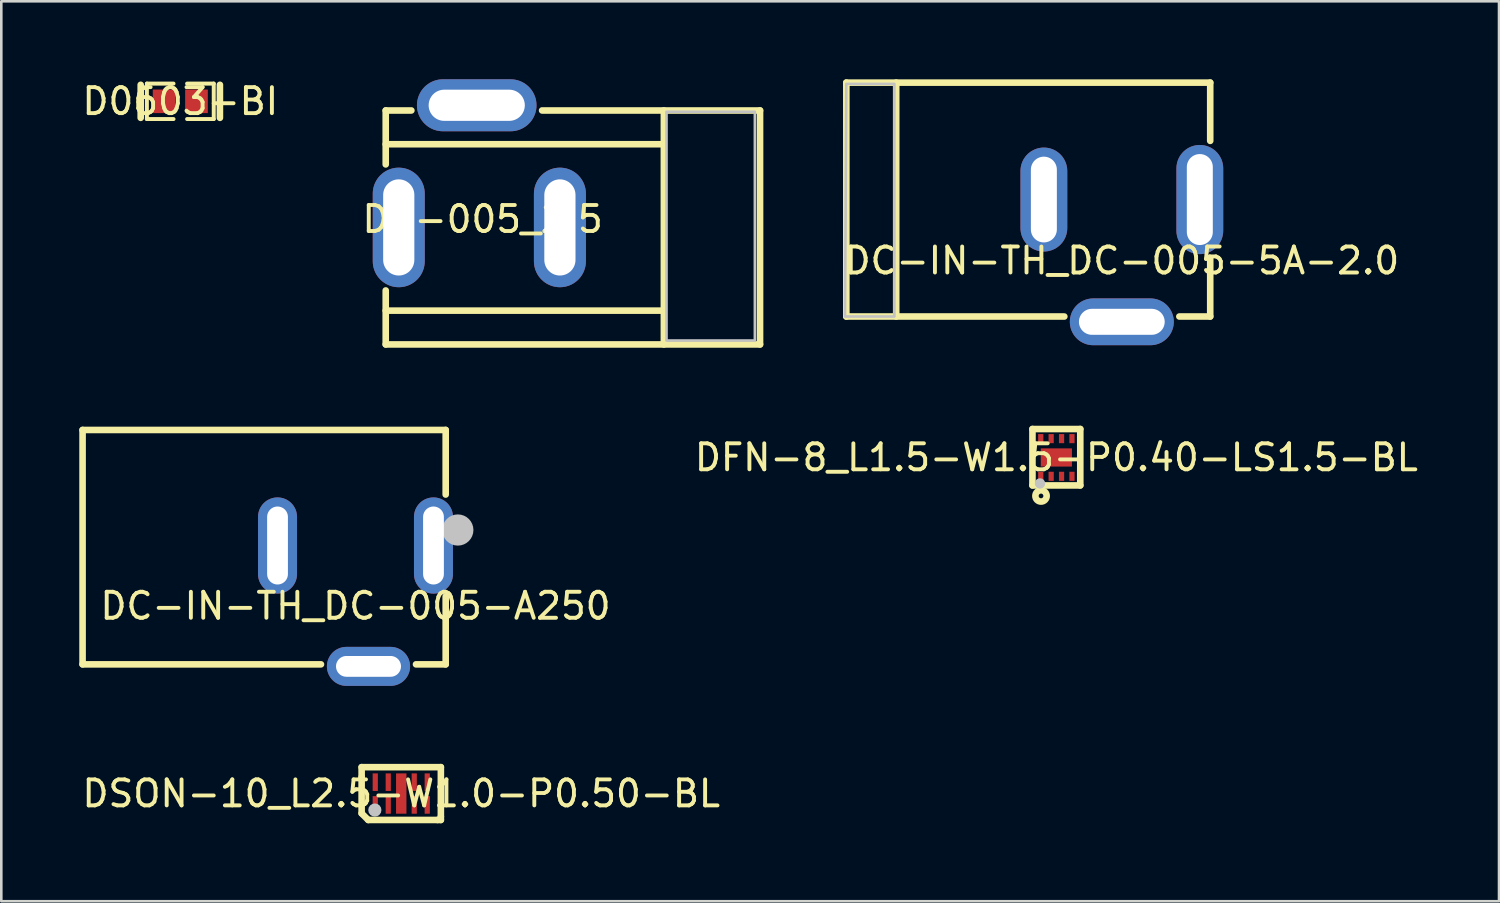
<source format=kicad_pcb>
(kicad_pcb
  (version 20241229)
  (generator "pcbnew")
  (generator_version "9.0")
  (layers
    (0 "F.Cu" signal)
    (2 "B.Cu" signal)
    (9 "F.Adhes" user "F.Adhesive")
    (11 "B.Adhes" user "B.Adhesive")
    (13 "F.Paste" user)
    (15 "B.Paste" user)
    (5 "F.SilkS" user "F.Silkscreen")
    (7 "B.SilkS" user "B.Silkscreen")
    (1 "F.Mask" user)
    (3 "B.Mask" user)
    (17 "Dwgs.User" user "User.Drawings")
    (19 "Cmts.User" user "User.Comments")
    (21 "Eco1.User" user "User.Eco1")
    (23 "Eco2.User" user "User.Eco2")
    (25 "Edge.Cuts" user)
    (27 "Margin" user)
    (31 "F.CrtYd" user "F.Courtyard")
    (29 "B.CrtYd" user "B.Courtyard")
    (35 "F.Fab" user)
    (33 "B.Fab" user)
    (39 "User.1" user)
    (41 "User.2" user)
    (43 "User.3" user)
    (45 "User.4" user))
  (footprint "DFN-8_L1.5-W1.5-P0.40-LS1.5-BL"
    (layer "F.Cu")
    (at 37.591 14.55)
    (property "Reference" "DFN-8_L1.5-W1.5-P0.40-LS1.5-BL" (at 0 0 0) (layer "F.SilkS") (effects (font (size 1 1) (thickness 0.15))))
    (fp_line (start -0.92 -1.095) (end 0.92 -1.095) (stroke (width 0.254) (type default)) (layer "F.SilkS"))
    (fp_line (start -0.92 1.075) (end -0.92 -1.095) (stroke (width 0.254) (type default)) (layer "F.SilkS"))
    (fp_line (start 0.92 -1.095) (end 0.92 1.075) (stroke (width 0.254) (type default)) (layer "F.SilkS"))
    (fp_line (start 0.92 1.075) (end -0.92 1.075) (stroke (width 0.254) (type default)) (layer "F.SilkS"))
    (fp_circle (center -0.59 1.48) (end -0.5 1.48) (stroke (width 0.254) (type default)) (fill no) (layer "F.SilkS"))
    (fp_circle (center -0.63 1) (end -0.53 1) (stroke (width 0.2) (type default)) (fill no) (layer "Dwgs.User"))
    (fp_poly (pts (xy -0.512 -0.75) (xy -0.512 -0.575) (xy -0.688 -0.575) (xy -0.688 -0.75)) (stroke (width 0.1) (type default)) (fill no) (layer "User.1"))
    (fp_poly (pts (xy -0.512 0.575) (xy -0.512 0.75) (xy -0.688 0.75) (xy -0.688 0.575)) (stroke (width 0.1) (type default)) (fill no) (layer "User.1"))
    (fp_poly (pts (xy -0.113 -0.75) (xy -0.113 -0.575) (xy -0.287 -0.575) (xy -0.287 -0.75)) (stroke (width 0.1) (type default)) (fill no) (layer "User.1"))
    (fp_poly (pts (xy -0.113 0.575) (xy -0.113 0.75) (xy -0.287 0.75) (xy -0.287 0.575)) (stroke (width 0.1) (type default)) (fill no) (layer "User.1"))
    (fp_poly (pts (xy 0.287 -0.75) (xy 0.287 -0.575) (xy 0.113 -0.575) (xy 0.113 -0.75)) (stroke (width 0.1) (type default)) (fill no) (layer "User.1"))
    (fp_poly (pts (xy 0.287 0.575) (xy 0.287 0.75) (xy 0.113 0.75) (xy 0.113 0.575)) (stroke (width 0.1) (type default)) (fill no) (layer "User.1"))
    (fp_poly (pts (xy 0.6 -0.35) (xy 0.6 0.35) (xy -0.6 0.35) (xy -0.6 -0.35)) (stroke (width 0.1) (type default)) (fill no) (layer "User.1"))
    (fp_poly (pts (xy 0.688 -0.75) (xy 0.688 -0.575) (xy 0.512 -0.575) (xy 0.512 -0.75)) (stroke (width 0.1) (type default)) (fill no) (layer "User.1"))
    (fp_poly (pts (xy 0.688 0.575) (xy 0.688 0.75) (xy 0.512 0.75) (xy 0.512 0.575)) (stroke (width 0.1) (type default)) (fill no) (layer "User.1"))
    (fp_line (start -0.75 -0.75) (end 0.75 -0.75) (stroke (width 0.051) (type default)) (layer "User.2"))
    (fp_line (start -0.75 0.75) (end -0.75 -0.75) (stroke (width 0.051) (type default)) (layer "User.2"))
    (fp_line (start 0.75 -0.75) (end 0.75 0.75) (stroke (width 0.051) (type default)) (layer "User.2"))
    (fp_line (start 0.75 0.75) (end -0.75 0.75) (stroke (width 0.051) (type default)) (layer "User.2"))
    (fp_poly (pts (xy -0.69 0.75) (xy -0.708 0.708) (xy -0.75 0.69) (xy -0.792 0.708) (xy -0.81 0.75) (xy -0.792 0.792) (xy -0.75 0.81) (xy -0.708 0.792)) (stroke (width 0.1) (type default)) (fill no) (layer "User.3"))
    (pad "1" smd rect (at -0.6 0.725 90) (size 0.35 0.2) (layers "F.Cu" "F.Mask" "F.Paste"))
    (pad "2" smd rect (at -0.2 0.725 90) (size 0.35 0.2) (layers "F.Cu" "F.Mask" "F.Paste"))
    (pad "3" smd rect (at 0.2 0.725 90) (size 0.35 0.2) (layers "F.Cu" "F.Mask" "F.Paste"))
    (pad "4" smd rect (at 0.6 0.725 90) (size 0.35 0.2) (layers "F.Cu" "F.Mask" "F.Paste"))
    (pad "5" smd rect (at 0.6 -0.725 90) (size 0.35 0.2) (layers "F.Cu" "F.Mask" "F.Paste"))
    (pad "6" smd rect (at 0.2 -0.725 90) (size 0.35 0.2) (layers "F.Cu" "F.Mask" "F.Paste"))
    (pad "7" smd rect (at -0.2 -0.725 90) (size 0.35 0.2) (layers "F.Cu" "F.Mask" "F.Paste"))
    (pad "8" smd rect (at -0.6 -0.725 90) (size 0.35 0.2) (layers "F.Cu" "F.Mask" "F.Paste"))
    (pad "9" smd rect (at 0 0 90) (size 0.7 1.2) (layers "F.Cu" "F.Mask" "F.Paste")))
  (footprint "DC-IN-TH_DC-005-5A-2.0"
    (layer "F.Cu")
    (at 40.11 6.979)
    (property "Reference" "DC-IN-TH_DC-005-5A-2.0" (at 0 0 0) (layer "F.SilkS") (effects (font (size 1 1) (thickness 0.15))))
    (fp_line (start -10.6 -6.851) (end -10.6 2.148) (stroke (width 0.254) (type default)) (layer "F.SilkS"))
    (fp_line (start -10.6 2.148) (end -2.213 2.148) (stroke (width 0.254) (type default)) (layer "F.SilkS"))
    (fp_line (start -8.681 -6.851) (end -8.681 2.148) (stroke (width 0.254) (type default)) (layer "F.SilkS"))
    (fp_line (start 2.212 2.148) (end 3.4 2.148) (stroke (width 0.254) (type default)) (layer "F.SilkS"))
    (fp_line (start 3.4 -6.851) (end -10.6 -6.851) (stroke (width 0.254) (type default)) (layer "F.SilkS"))
    (fp_line (start 3.4 -4.609) (end 3.4 -6.851) (stroke (width 0.254) (type default)) (layer "F.SilkS"))
    (fp_line (start 3.4 2.148) (end 3.4 -0.094) (stroke (width 0.254) (type default)) (layer "F.SilkS"))
    (fp_poly (pts (xy -10.6 -6.801) (xy -8.75 -6.801) (xy -8.75 2.148) (xy -10.65 2.148)) (stroke (width 0.1) (type default)) (fill no) (layer "Dwgs.User"))
    (fp_poly (pts (xy -3.15 -1.101) (xy -3.15 -3.602) (xy -2.85 -3.602) (xy -2.85 -1.101)) (stroke (width 0.1) (type default)) (fill no) (layer "User.1"))
    (fp_poly (pts (xy -1.25 2.201) (xy 1.25 2.201) (xy 1.25 2.502) (xy -1.25 2.502)) (stroke (width 0.1) (type default)) (fill no) (layer "User.1"))
    (fp_poly (pts (xy -1.25 2.498) (xy 1.25 2.498) (xy 1.25 2.099) (xy -1.25 2.099)) (stroke (width 0.1) (type default)) (fill no) (layer "User.1"))
    (fp_poly (pts (xy 3.15 -3.602) (xy 3.15 -1.101) (xy 2.85 -1.101) (xy 2.85 -3.602)) (stroke (width 0.1) (type default)) (fill no) (layer "User.1"))
    (fp_line (start -10.6 -6.851) (end 3.4 -6.851) (stroke (width 0.051) (type default)) (layer "User.2"))
    (fp_line (start -10.6 2.148) (end -10.6 -6.851) (stroke (width 0.051) (type default)) (layer "User.2"))
    (fp_line (start 3.4 -6.851) (end 3.404 2.148) (stroke (width 0.051) (type default)) (layer "User.2"))
    (fp_line (start 3.404 2.148) (end -10.6 2.148) (stroke (width 0.051) (type default)) (layer "User.2"))
    (fp_poly (pts (xy 3.463 -6.851) (xy 3.446 -6.894) (xy 3.404 -6.912) (xy 3.361 -6.894) (xy 3.344 -6.851) (xy 3.361 -6.809) (xy 3.404 -6.792) (xy 3.446 -6.809)) (stroke (width 0.1) (type default)) (fill no) (layer "User.3"))
    (pad "1" thru_hole oval (at 3 -2.352 90) (size 4.2 1.8) (drill oval 3.5 1) (layers "*.Cu" "*.Mask"))
    (pad "2" thru_hole oval (at -3 -2.352 270) (size 4 1.8) (drill oval 3.3 1) (layers "*.Cu" "*.Mask"))
    (pad "3" thru_hole oval (at -0.001 2.352) (size 4 1.8) (drill oval 3.3 1) (layers "*.Cu" "*.Mask")))
  (footprint "DC-005_2.5"
    (layer "F.Cu")
    (at 15.518 5.382)
    (property "Reference" "DC-005_2.5" (at 0 0 0) (layer "F.SilkS") (effects (font (size 1 1) (thickness 0.15))))
    (fp_line (start -3.728 -2.107) (end -3.728 -4.182) (stroke (width 0.254) (type default)) (layer "F.SilkS"))
    (fp_line (start -3.728 4.819) (end -3.728 2.743) (stroke (width 0.254) (type default)) (layer "F.SilkS"))
    (fp_line (start -2.742 -4.182) (end -3.728 -4.182) (stroke (width 0.254) (type default)) (layer "F.SilkS"))
    (fp_line (start 6.893 -2.882) (end -3.728 -2.882) (stroke (width 0.254) (type default)) (layer "F.SilkS"))
    (fp_line (start 6.893 3.518) (end -3.728 3.518) (stroke (width 0.254) (type default)) (layer "F.SilkS"))
    (fp_line (start 6.973 -4.181) (end 6.973 4.819) (stroke (width 0.254) (type default)) (layer "F.SilkS"))
    (fp_line (start 10.673 -4.182) (end 2.288 -4.182) (stroke (width 0.254) (type default)) (layer "F.SilkS"))
    (fp_line (start 10.673 -4.182) (end 10.673 4.819) (stroke (width 0.254) (type default)) (layer "F.SilkS"))
    (fp_line (start 10.673 4.819) (end -3.728 4.819) (stroke (width 0.254) (type default)) (layer "F.SilkS"))
    (fp_poly (pts (xy 10.473 4.668) (xy 7.073 4.668) (xy 7.073 -4.132) (xy 10.473 -4.132)) (stroke (width 0.1) (type default)) (fill no) (layer "Dwgs.User"))
    (fp_poly (pts (xy -3.027 1.568) (xy -3.427 1.568) (xy -3.427 -0.932) (xy -3.027 -0.932)) (stroke (width 0.1) (type default)) (fill no) (layer "User.1"))
    (fp_poly (pts (xy 1.023 -4.582) (xy -1.477 -4.582) (xy -1.477 -4.122) (xy 1.023 -4.122)) (stroke (width 0.1) (type default)) (fill no) (layer "User.1"))
    (fp_poly (pts (xy 1.023 -4.182) (xy -1.477 -4.182) (xy -1.477 -4.582) (xy 1.023 -4.582)) (stroke (width 0.1) (type default)) (fill no) (layer "User.1"))
    (fp_poly (pts (xy 2.773 -0.932) (xy 3.173 -0.932) (xy 3.173 1.568) (xy 2.773 1.568)) (stroke (width 0.1) (type default)) (fill no) (layer "User.1"))
    (fp_line (start -3.677 -4.182) (end 10.523 -4.182) (stroke (width 0.051) (type default)) (layer "User.2"))
    (fp_line (start -3.677 4.818) (end -3.677 -4.182) (stroke (width 0.051) (type default)) (layer "User.2"))
    (fp_line (start 10.523 -4.182) (end 10.523 4.818) (stroke (width 0.051) (type default)) (layer "User.2"))
    (fp_line (start 10.523 4.818) (end -3.677 4.818) (stroke (width 0.051) (type default)) (layer "User.2"))
    (fp_poly (pts (xy -3.617 4.818) (xy -3.635 4.776) (xy -3.677 4.758) (xy -3.719 4.776) (xy -3.737 4.818) (xy -3.719 4.86) (xy -3.677 4.878) (xy -3.635 4.86)) (stroke (width 0.1) (type default)) (fill no) (layer "User.3"))
    (pad "1" thru_hole oval (at -3.227 0.318 180) (size 2 4.6) (drill oval 1.2 3.7) (layers "*.Cu" "*.Mask"))
    (pad "2" thru_hole oval (at 2.973 0.318) (size 2 4.6) (drill oval 1.2 3.7) (layers "*.Cu" "*.Mask"))
    (pad "3" thru_hole oval (at -0.227 -4.382 180) (size 4.6 2) (drill oval 3.7 1.2) (layers "*.Cu" "*.Mask")))
  (footprint "DSON-10_L2.5-W1.0-P0.50-BL"
    (layer "F.Cu")
    (at 12.387 27.48)
    (property "Reference" "DSON-10_L2.5-W1.0-P0.50-BL" (at 0 0 0) (layer "F.SilkS") (effects (font (size 1 1) (thickness 0.15))))
    (fp_line (start -1.524 -1.016) (end 1.524 -1.016) (stroke (width 0.254) (type default)) (layer "F.SilkS"))
    (fp_line (start -1.524 -0.635) (end -1.524 -1.016) (stroke (width 0.254) (type default)) (layer "F.SilkS"))
    (fp_line (start -1.524 0.762) (end -1.524 -0.635) (stroke (width 0.254) (type default)) (layer "F.SilkS"))
    (fp_line (start -1.27 1.016) (end -1.524 0.762) (stroke (width 0.254) (type default)) (layer "F.SilkS"))
    (fp_line (start 1.397 1.016) (end -1.27 1.016) (stroke (width 0.254) (type default)) (layer "F.SilkS"))
    (fp_line (start 1.524 -1.016) (end 1.524 0.889) (stroke (width 0.254) (type default)) (layer "F.SilkS"))
    (fp_line (start 1.524 0.889) (end 1.524 1.016) (stroke (width 0.254) (type default)) (layer "F.SilkS"))
    (fp_line (start 1.524 1.016) (end 1.397 1.016) (stroke (width 0.254) (type default)) (layer "F.SilkS"))
    (fp_circle (center -1.016 0.635) (end -0.889 0.635) (stroke (width 0.254) (type default)) (fill no) (layer "Dwgs.User"))
    (fp_poly (pts (xy -1.1 -0.5) (xy -0.9 -0.5) (xy -0.9 -0.12) (xy -1.1 -0.12)) (stroke (width 0.1) (type default)) (fill no) (layer "User.1"))
    (fp_poly (pts (xy -1.1 0.12) (xy -0.9 0.12) (xy -0.9 0.5) (xy -1.1 0.5)) (stroke (width 0.1) (type default)) (fill no) (layer "User.1"))
    (fp_poly (pts (xy -0.6 -0.5) (xy -0.4 -0.5) (xy -0.4 -0.12) (xy -0.6 -0.12)) (stroke (width 0.1) (type default)) (fill no) (layer "User.1"))
    (fp_poly (pts (xy -0.6 0.12) (xy -0.4 0.12) (xy -0.4 0.5) (xy -0.6 0.5)) (stroke (width 0.1) (type default)) (fill no) (layer "User.1"))
    (fp_poly (pts (xy -0.2 -0.5) (xy 0.2 -0.5) (xy 0.2 0.5) (xy -0.2 0.5)) (stroke (width 0.1) (type default)) (fill no) (layer "User.1"))
    (fp_poly (pts (xy 0.4 -0.5) (xy 0.6 -0.5) (xy 0.6 -0.12) (xy 0.4 -0.12)) (stroke (width 0.1) (type default)) (fill no) (layer "User.1"))
    (fp_poly (pts (xy 0.4 0.12) (xy 0.6 0.12) (xy 0.6 0.5) (xy 0.4 0.5)) (stroke (width 0.1) (type default)) (fill no) (layer "User.1"))
    (fp_poly (pts (xy 0.9 -0.5) (xy 1.1 -0.5) (xy 1.1 -0.12) (xy 0.9 -0.12)) (stroke (width 0.1) (type default)) (fill no) (layer "User.1"))
    (fp_poly (pts (xy 0.9 0.12) (xy 1.1 0.12) (xy 1.1 0.5) (xy 0.9 0.5)) (stroke (width 0.1) (type default)) (fill no) (layer "User.1"))
    (fp_line (start -1.25 -0.5) (end 1.25 -0.5) (stroke (width 0.051) (type default)) (layer "User.2"))
    (fp_line (start -1.25 0.5) (end -1.25 -0.5) (stroke (width 0.051) (type default)) (layer "User.2"))
    (fp_line (start 1.25 -0.5) (end 1.25 0.5) (stroke (width 0.051) (type default)) (layer "User.2"))
    (fp_line (start 1.25 0.5) (end -1.25 0.5) (stroke (width 0.051) (type default)) (layer "User.2"))
    (fp_poly (pts (xy -1.19 0.5) (xy -1.208 0.458) (xy -1.25 0.441) (xy -1.292 0.458) (xy -1.31 0.5) (xy -1.292 0.543) (xy -1.25 0.56) (xy -1.208 0.543)) (stroke (width 0.1) (type default)) (fill no) (layer "User.3"))
    (pad "1" smd rect (at -1 0.438) (size 0.2 0.675) (layers "F.Cu" "F.Mask" "F.Paste"))
    (pad "2" smd rect (at -0.5 0.438) (size 0.2 0.675) (layers "F.Cu" "F.Mask" "F.Paste"))
    (pad "3-8" smd rect (at 0 0) (size 0.4 1.55) (layers "F.Cu" "F.Mask" "F.Paste"))
    (pad "4" smd rect (at 0.5 0.438) (size 0.2 0.675) (layers "F.Cu" "F.Mask" "F.Paste"))
    (pad "5" smd rect (at 1 0.438) (size 0.2 0.675) (layers "F.Cu" "F.Mask" "F.Paste"))
    (pad "6" smd rect (at 1 -0.438) (size 0.2 0.675) (layers "F.Cu" "F.Mask" "F.Paste"))
    (pad "7" smd rect (at 0.5 -0.438) (size 0.2 0.675) (layers "F.Cu" "F.Mask" "F.Paste"))
    (pad "9" smd rect (at -0.5 -0.438) (size 0.2 0.675) (layers "F.Cu" "F.Mask" "F.Paste"))
    (pad "10" smd rect (at -1 -0.438) (size 0.2 0.675) (layers "F.Cu" "F.Mask" "F.Paste")))
  (footprint "D0603-BI"
    (layer "F.Cu")
    (at 3.887 0.848)
    (property "Reference" "D0603-BI" (at 0 0 0) (layer "F.SilkS") (effects (font (size 1 1) (thickness 0.15))))
    (fp_line (start -1.524 -0.635) (end -1.524 0.635) (stroke (width 0.254) (type default)) (layer "F.SilkS"))
    (fp_line (start -1.286 -0.682) (end -0.261 -0.682) (stroke (width 0.152) (type default)) (layer "F.SilkS"))
    (fp_line (start -1.286 0.682) (end -1.286 -0.682) (stroke (width 0.152) (type default)) (layer "F.SilkS"))
    (fp_line (start -0.261 0.682) (end -1.286 0.682) (stroke (width 0.152) (type default)) (layer "F.SilkS"))
    (fp_line (start 0.261 0.682) (end 1.286 0.682) (stroke (width 0.152) (type default)) (layer "F.SilkS"))
    (fp_line (start 1.286 -0.682) (end 0.261 -0.682) (stroke (width 0.152) (type default)) (layer "F.SilkS"))
    (fp_line (start 1.286 0.682) (end 1.286 -0.682) (stroke (width 0.152) (type default)) (layer "F.SilkS"))
    (fp_line (start 1.524 -0.635) (end 1.524 0.635) (stroke (width 0.254) (type default)) (layer "F.SilkS"))
    (fp_poly (pts (xy -0.167 0.145) (xy -0.167 -0.145) (xy -0.464 -0.454) (xy -0.991 -0.454) (xy -1.058 -0.387) (xy -1.058 0.387) (xy -0.991 0.454) (xy -0.464 0.454)) (stroke (width 0) (type default)) (fill yes) (layer "F.Paste"))
    (fp_poly (pts (xy 0.167 0.145) (xy 0.167 -0.145) (xy 0.464 -0.454) (xy 0.991 -0.454) (xy 1.058 -0.387) (xy 1.058 0.387) (xy 0.991 0.454) (xy 0.464 0.454)) (stroke (width 0) (type default)) (fill yes) (layer "F.Paste"))
    (fp_poly (pts (xy -0.83 0.42) (xy -0.83 -0.42) (xy -0.4 -0.42) (xy -0.4 0.42)) (stroke (width 0.1) (type default)) (fill no) (layer "User.1"))
    (fp_poly (pts (xy 0.83 0.42) (xy 0.83 -0.42) (xy 0.4 -0.42) (xy 0.4 0.42)) (stroke (width 0.1) (type default)) (fill no) (layer "User.1"))
    (fp_line (start -0.83 -0.42) (end 0.83 -0.42) (stroke (width 0.051) (type default)) (layer "User.2"))
    (fp_line (start -0.83 0.42) (end -0.83 -0.42) (stroke (width 0.051) (type default)) (layer "User.2"))
    (fp_line (start 0.83 -0.42) (end 0.83 0.42) (stroke (width 0.051) (type default)) (layer "User.2"))
    (fp_line (start 0.83 0.42) (end -0.83 0.42) (stroke (width 0.051) (type default)) (layer "User.2"))
    (fp_poly (pts (xy -0.77 0.42) (xy -0.788 0.378) (xy -0.83 0.36) (xy -0.872 0.378) (xy -0.89 0.42) (xy -0.872 0.462) (xy -0.83 0.48) (xy -0.788 0.462)) (stroke (width 0.1) (type default)) (fill no) (layer "User.3"))
    (pad "1" smd rect (at -0.622 0) (size 0.873 0.907) (layers "F.Cu" "F.Mask" "F.Paste"))
    (pad "2" smd rect (at 0.622 0) (size 0.873 0.907) (layers "F.Cu" "F.Mask" "F.Paste")))
  (footprint "DC-IN-TH_DC-005-A250"
    (layer "F.Cu")
    (at 10.627 20.262)
    (property "Reference" "DC-IN-TH_DC-005-A250" (at 0 0 0) (layer "F.SilkS") (effects (font (size 1 1) (thickness 0.15))))
    (fp_line (start -10.5 -6.77) (end -10.5 2.247) (stroke (width 0.254) (type default)) (layer "F.SilkS"))
    (fp_line (start -10.5 2.247) (end -1.328 2.247) (stroke (width 0.254) (type default)) (layer "F.SilkS"))
    (fp_line (start 2.328 2.247) (end 3.47 2.247) (stroke (width 0.254) (type default)) (layer "F.SilkS"))
    (fp_line (start 3.47 -6.77) (end -10.5 -6.77) (stroke (width 0.254) (type default)) (layer "F.SilkS"))
    (fp_line (start 3.47 -4.286) (end 3.47 -6.77) (stroke (width 0.254) (type default)) (layer "F.SilkS"))
    (fp_line (start 3.47 2.247) (end 3.47 -0.364) (stroke (width 0.254) (type default)) (layer "F.SilkS"))
    (fp_circle (center 3.937 -2.921) (end 4.237 -2.921) (stroke (width 0.6) (type default)) (fill no) (layer "Dwgs.User"))
    (fp_poly (pts (xy -3.15 -3.575) (xy -2.85 -3.575) (xy -2.85 -1.075) (xy -3.15 -1.075)) (stroke (width 0.1) (type default)) (fill no) (layer "User.1"))
    (fp_poly (pts (xy -0.5 2.172) (xy 1.5 2.172) (xy 1.5 2.473) (xy -0.5 2.473)) (stroke (width 0.1) (type default)) (fill no) (layer "User.1"))
    (fp_poly (pts (xy 2.85 -3.575) (xy 3.15 -3.575) (xy 3.15 -1.075) (xy 2.85 -1.075)) (stroke (width 0.1) (type default)) (fill no) (layer "User.1"))
    (fp_line (start -10.512 -6.825) (end 3.487 -6.825) (stroke (width 0.051) (type default)) (layer "User.2"))
    (fp_line (start -10.512 2.175) (end -10.512 -6.825) (stroke (width 0.051) (type default)) (layer "User.2"))
    (fp_line (start 3.487 -6.825) (end 3.487 2.175) (stroke (width 0.051) (type default)) (layer "User.2"))
    (fp_line (start 3.487 2.175) (end -10.512 2.175) (stroke (width 0.051) (type default)) (layer "User.2"))
    (fp_poly (pts (xy 3.547 -6.825) (xy 3.53 -6.867) (xy 3.487 -6.885) (xy 3.445 -6.867) (xy 3.428 -6.825) (xy 3.445 -6.783) (xy 3.487 -6.765) (xy 3.53 -6.783)) (stroke (width 0.1) (type default)) (fill no) (layer "User.3"))
    (pad "1" thru_hole oval (at 3 -2.325) (size 1.5 3.7) (drill oval 0.8 3) (layers "*.Cu" "*.Mask"))
    (pad "2" thru_hole oval (at -3 -2.325) (size 1.5 3.7) (drill oval 0.8 3) (layers "*.Cu" "*.Mask"))
    (pad "3" thru_hole oval (at 0.5 2.325) (size 3.2 1.5) (drill oval 2.5 0.8) (layers "*.Cu" "*.Mask")))
  (gr_rect
    (start -3 -3)
    (end 54.621 31.623)
    (stroke (width 0.1) (type default))
    (fill no)
    (layer "Edge.Cuts")))
</source>
